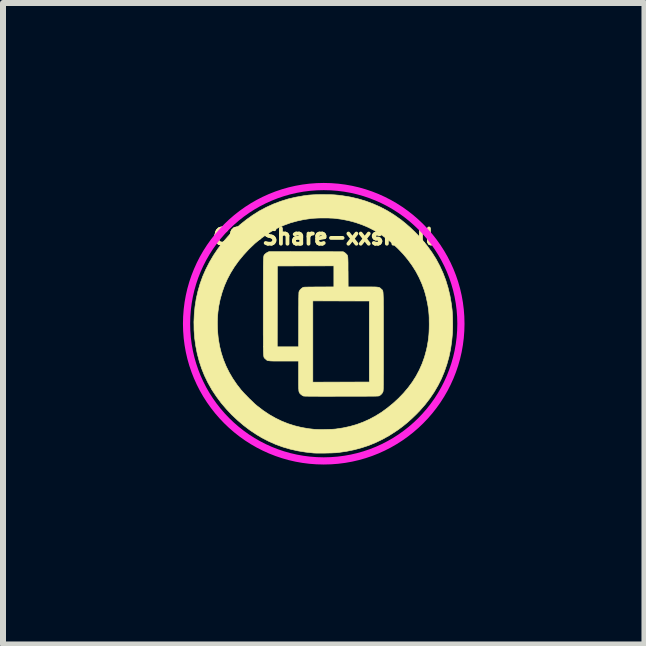
<source format=kicad_pcb>
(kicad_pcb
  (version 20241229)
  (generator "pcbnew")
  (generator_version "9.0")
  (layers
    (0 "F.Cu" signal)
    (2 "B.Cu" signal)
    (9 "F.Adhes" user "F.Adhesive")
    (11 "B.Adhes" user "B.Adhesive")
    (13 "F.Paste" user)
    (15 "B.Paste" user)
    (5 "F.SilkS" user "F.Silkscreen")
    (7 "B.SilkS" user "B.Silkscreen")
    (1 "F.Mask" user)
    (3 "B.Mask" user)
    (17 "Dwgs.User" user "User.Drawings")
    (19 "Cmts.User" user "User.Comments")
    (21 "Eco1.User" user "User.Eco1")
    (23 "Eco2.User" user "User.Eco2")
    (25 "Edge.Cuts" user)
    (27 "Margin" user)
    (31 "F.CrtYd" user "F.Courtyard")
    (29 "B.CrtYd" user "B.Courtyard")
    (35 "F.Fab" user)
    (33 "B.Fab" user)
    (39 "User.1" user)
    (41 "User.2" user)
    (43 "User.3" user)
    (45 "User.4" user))
  (footprint "CC-Share-xxsmall"
    (layer "F.Cu")
    (at 2.347 2.347)
    (property "Reference" "CC-Share-xxsmall" (at -0.006 -1.448 0) (layer "F.SilkS") (effects (font (size 0.254 0.254) (thickness 0.064))))
    (attr through_hole)
    (fp_poly (pts (xy 0.041 -2.152) (xy 0.084 -2.152) (xy 0.121 -2.151) (xy 0.155 -2.15) (xy 0.187 -2.148) (xy 0.218 -2.145) (xy 0.25 -2.142) (xy 0.286 -2.137) (xy 0.318 -2.133) (xy 0.45 -2.111) (xy 0.578 -2.081) (xy 0.704 -2.043) (xy 0.827 -1.997) (xy 0.946 -1.944) (xy 1.061 -1.883) (xy 1.173 -1.814) (xy 1.282 -1.737) (xy 1.289 -1.732) (xy 1.368 -1.668) (xy 1.448 -1.598) (xy 1.527 -1.522) (xy 1.602 -1.444) (xy 1.672 -1.363) (xy 1.73 -1.291) (xy 1.806 -1.185) (xy 1.875 -1.075) (xy 1.935 -0.962) (xy 1.988 -0.846) (xy 2.034 -0.726) (xy 2.072 -0.602) (xy 2.103 -0.474) (xy 2.126 -0.342) (xy 2.14 -0.233) (xy 2.143 -0.196) (xy 2.146 -0.152) (xy 2.148 -0.104) (xy 2.149 -0.054) (xy 2.15 -0.003) (xy 2.15 0.047) (xy 2.149 0.094) (xy 2.147 0.135) (xy 2.147 0.15) (xy 2.134 0.288) (xy 2.115 0.422) (xy 2.088 0.551) (xy 2.053 0.676) (xy 2.011 0.798) (xy 1.962 0.916) (xy 1.905 1.029) (xy 1.84 1.14) (xy 1.768 1.246) (xy 1.688 1.35) (xy 1.6 1.45) (xy 1.541 1.511) (xy 1.466 1.583) (xy 1.392 1.649) (xy 1.317 1.71) (xy 1.239 1.768) (xy 1.2 1.794) (xy 1.09 1.865) (xy 0.978 1.927) (xy 0.864 1.982) (xy 0.749 2.029) (xy 0.63 2.068) (xy 0.507 2.101) (xy 0.38 2.127) (xy 0.249 2.146) (xy 0.222 2.149) (xy 0.198 2.151) (xy 0.167 2.152) (xy 0.13 2.154) (xy 0.09 2.155) (xy 0.047 2.156) (xy 0.004 2.157) (xy -0.039 2.157) (xy -0.079 2.157) (xy -0.115 2.157) (xy -0.146 2.156) (xy -0.169 2.155) (xy -0.304 2.14) (xy -0.434 2.119) (xy -0.561 2.09) (xy -0.684 2.054) (xy -0.804 2.01) (xy -0.921 1.958) (xy -1.035 1.899) (xy -1.121 1.847) (xy -1.23 1.775) (xy -1.335 1.695) (xy -1.436 1.609) (xy -1.533 1.518) (xy -1.624 1.421) (xy -1.71 1.32) (xy -1.788 1.215) (xy -1.86 1.107) (xy -1.869 1.092) (xy -1.932 0.98) (xy -1.988 0.864) (xy -2.036 0.745) (xy -2.076 0.622) (xy -2.109 0.497) (xy -2.134 0.368) (xy -2.152 0.238) (xy -2.162 0.105) (xy -2.163 0.013) (xy -1.773 0.013) (xy -1.771 0.089) (xy -1.766 0.164) (xy -1.759 0.235) (xy -1.756 0.258) (xy -1.736 0.375) (xy -1.708 0.488) (xy -1.672 0.599) (xy -1.628 0.707) (xy -1.576 0.812) (xy -1.516 0.914) (xy -1.448 1.014) (xy -1.377 1.105) (xy -1.357 1.127) (xy -1.333 1.154) (xy -1.304 1.184) (xy -1.273 1.216) (xy -1.241 1.249) (xy -1.208 1.28) (xy -1.177 1.31) (xy -1.148 1.338) (xy -1.122 1.36) (xy -1.106 1.373) (xy -1.008 1.448) (xy -0.908 1.515) (xy -0.806 1.573) (xy -0.701 1.624) (xy -0.593 1.667) (xy -0.482 1.702) (xy -0.367 1.73) (xy -0.249 1.75) (xy -0.152 1.761) (xy -0.129 1.762) (xy -0.099 1.763) (xy -0.063 1.764) (xy -0.024 1.764) (xy 0.017 1.763) (xy 0.058 1.762) (xy 0.098 1.761) (xy 0.135 1.76) (xy 0.168 1.758) (xy 0.194 1.756) (xy 0.203 1.755) (xy 0.322 1.737) (xy 0.437 1.712) (xy 0.549 1.68) (xy 0.657 1.64) (xy 0.762 1.593) (xy 0.864 1.538) (xy 0.964 1.476) (xy 1.061 1.405) (xy 1.157 1.327) (xy 1.246 1.245) (xy 1.331 1.157) (xy 1.408 1.066) (xy 1.478 0.971) (xy 1.54 0.873) (xy 1.594 0.771) (xy 1.641 0.665) (xy 1.68 0.556) (xy 1.711 0.443) (xy 1.725 0.381) (xy 1.734 0.329) (xy 1.742 0.281) (xy 1.748 0.234) (xy 1.753 0.186) (xy 1.756 0.137) (xy 1.758 0.083) (xy 1.759 0.023) (xy 1.759 -0.002) (xy 1.758 -0.054) (xy 1.758 -0.099) (xy 1.756 -0.14) (xy 1.753 -0.177) (xy 1.75 -0.214) (xy 1.745 -0.251) (xy 1.739 -0.291) (xy 1.733 -0.326) (xy 1.709 -0.442) (xy 1.678 -0.554) (xy 1.638 -0.663) (xy 1.591 -0.769) (xy 1.537 -0.871) (xy 1.474 -0.971) (xy 1.404 -1.067) (xy 1.326 -1.161) (xy 1.239 -1.252) (xy 1.218 -1.272) (xy 1.127 -1.355) (xy 1.034 -1.43) (xy 0.939 -1.497) (xy 0.841 -1.556) (xy 0.74 -1.608) (xy 0.635 -1.652) (xy 0.527 -1.689) (xy 0.415 -1.719) (xy 0.298 -1.742) (xy 0.178 -1.758) (xy 0.15 -1.76) (xy 0.116 -1.761) (xy 0.077 -1.763) (xy 0.034 -1.763) (xy -0.011 -1.763) (xy -0.056 -1.763) (xy -0.099 -1.762) (xy -0.139 -1.76) (xy -0.174 -1.758) (xy -0.202 -1.756) (xy -0.205 -1.755) (xy -0.326 -1.738) (xy -0.442 -1.713) (xy -0.554 -1.682) (xy -0.661 -1.643) (xy -0.765 -1.597) (xy -0.865 -1.544) (xy -0.962 -1.483) (xy -1.057 -1.414) (xy -1.149 -1.338) (xy -1.238 -1.253) (xy -1.253 -1.238) (xy -1.34 -1.143) (xy -1.419 -1.047) (xy -1.49 -0.948) (xy -1.553 -0.846) (xy -1.608 -0.742) (xy -1.655 -0.635) (xy -1.694 -0.524) (xy -1.726 -0.411) (xy -1.75 -0.294) (xy -1.763 -0.199) (xy -1.769 -0.133) (xy -1.773 -0.062) (xy -1.773 0.013) (xy -2.163 0.013) (xy -2.164 -0.029) (xy -2.158 -0.165) (xy -2.146 -0.284) (xy -2.126 -0.414) (xy -2.097 -0.542) (xy -2.061 -0.667) (xy -2.017 -0.79) (xy -1.964 -0.91) (xy -1.904 -1.027) (xy -1.837 -1.141) (xy -1.762 -1.252) (xy -1.68 -1.359) (xy -1.59 -1.462) (xy -1.498 -1.556) (xy -1.397 -1.649) (xy -1.292 -1.733) (xy -1.184 -1.81) (xy -1.073 -1.88) (xy -0.958 -1.941) (xy -0.84 -1.995) (xy -0.718 -2.041) (xy -0.594 -2.08) (xy -0.466 -2.11) (xy -0.335 -2.133) (xy -0.332 -2.133) (xy -0.294 -2.138) (xy -0.26 -2.143) (xy -0.229 -2.146) (xy -0.197 -2.148) (xy -0.165 -2.15) (xy -0.131 -2.151) (xy -0.092 -2.152) (xy -0.048 -2.153) (xy -0.008 -2.153) (xy 0.041 -2.152)) (stroke (width 0.01) (type solid)) (fill yes) (layer "F.SilkS"))
    (fp_poly (pts (xy -0.294 -1.201) (xy 0.324 -1.2) (xy 0.341 -1.191) (xy 0.354 -1.182) (xy 0.368 -1.17) (xy 0.374 -1.164) (xy 0.38 -1.157) (xy 0.386 -1.152) (xy 0.39 -1.146) (xy 0.394 -1.139) (xy 0.397 -1.131) (xy 0.399 -1.122) (xy 0.401 -1.109) (xy 0.402 -1.093) (xy 0.403 -1.073) (xy 0.404 -1.049) (xy 0.405 -1.019) (xy 0.405 -0.983) (xy 0.405 -0.94) (xy 0.405 -0.889) (xy 0.406 -0.865) (xy 0.407 -0.614) (xy 0.651 -0.614) (xy 0.706 -0.614) (xy 0.753 -0.614) (xy 0.792 -0.614) (xy 0.826 -0.613) (xy 0.853 -0.613) (xy 0.876 -0.612) (xy 0.894 -0.61) (xy 0.908 -0.608) (xy 0.92 -0.606) (xy 0.929 -0.602) (xy 0.937 -0.598) (xy 0.943 -0.593) (xy 0.95 -0.588) (xy 0.956 -0.581) (xy 0.959 -0.578) (xy 0.963 -0.574) (xy 0.967 -0.571) (xy 0.971 -0.568) (xy 0.974 -0.565) (xy 0.977 -0.562) (xy 0.98 -0.558) (xy 0.982 -0.552) (xy 0.984 -0.546) (xy 0.986 -0.537) (xy 0.988 -0.527) (xy 0.989 -0.514) (xy 0.99 -0.498) (xy 0.991 -0.479) (xy 0.992 -0.456) (xy 0.993 -0.429) (xy 0.994 -0.398) (xy 0.994 -0.362) (xy 0.994 -0.322) (xy 0.995 -0.276) (xy 0.995 -0.224) (xy 0.995 -0.166) (xy 0.995 -0.102) (xy 0.995 -0.031) (xy 0.995 0.048) (xy 0.995 0.133) (xy 0.995 0.227) (xy 0.995 0.299) (xy 0.995 0.397) (xy 0.995 0.486) (xy 0.995 0.568) (xy 0.995 0.642) (xy 0.995 0.709) (xy 0.995 0.77) (xy 0.995 0.824) (xy 0.994 0.873) (xy 0.994 0.916) (xy 0.994 0.953) (xy 0.994 0.986) (xy 0.994 1.014) (xy 0.993 1.038) (xy 0.993 1.059) (xy 0.993 1.076) (xy 0.992 1.09) (xy 0.992 1.101) (xy 0.991 1.11) (xy 0.99 1.117) (xy 0.99 1.123) (xy 0.989 1.127) (xy 0.988 1.131) (xy 0.987 1.134) (xy 0.986 1.136) (xy 0.975 1.157) (xy 0.957 1.178) (xy 0.936 1.195) (xy 0.927 1.201) (xy 0.925 1.202) (xy 0.922 1.203) (xy 0.918 1.204) (xy 0.913 1.204) (xy 0.906 1.205) (xy 0.897 1.206) (xy 0.885 1.206) (xy 0.87 1.207) (xy 0.851 1.207) (xy 0.829 1.208) (xy 0.802 1.208) (xy 0.771 1.208) (xy 0.734 1.208) (xy 0.692 1.209) (xy 0.644 1.209) (xy 0.59 1.209) (xy 0.529 1.209) (xy 0.46 1.209) (xy 0.384 1.209) (xy 0.3 1.209) (xy 0.294 1.209) (xy 0.209 1.209) (xy 0.132 1.21) (xy 0.062 1.21) (xy 0.000146 1.21) (xy -0.055 1.21) (xy -0.104 1.209) (xy -0.147 1.209) (xy -0.185 1.209) (xy -0.217 1.209) (xy -0.244 1.209) (xy -0.267 1.208) (xy -0.286 1.208) (xy -0.302 1.208) (xy -0.314 1.207) (xy -0.324 1.206) (xy -0.332 1.206) (xy -0.337 1.205) (xy -0.341 1.204) (xy -0.343 1.203) (xy -0.358 1.195) (xy -0.375 1.182) (xy -0.384 1.175) (xy -0.391 1.168) (xy -0.397 1.161) (xy -0.402 1.155) (xy -0.406 1.147) (xy -0.41 1.139) (xy -0.413 1.128) (xy -0.415 1.114) (xy -0.416 1.097) (xy -0.418 1.076) (xy -0.418 1.049) (xy -0.419 1.018) (xy -0.419 0.98) (xy -0.419 0.974) (xy -0.182 0.974) (xy 0.289 0.973) (xy 0.76 0.972) (xy 0.76 -0.379) (xy 0.289 -0.38) (xy -0.182 -0.381) (xy -0.182 0.974) (xy -0.419 0.974) (xy -0.419 0.935) (xy -0.419 0.883) (xy -0.419 0.865) (xy -0.419 0.622) (xy -0.717 0.622) (xy -0.764 0.622) (xy -0.804 0.622) (xy -0.837 0.622) (xy -0.865 0.621) (xy -0.888 0.62) (xy -0.906 0.618) (xy -0.921 0.616) (xy -0.932 0.614) (xy -0.942 0.611) (xy -0.949 0.607) (xy -0.956 0.602) (xy -0.962 0.596) (xy -0.969 0.589) (xy -0.971 0.587) (xy -0.976 0.583) (xy -0.98 0.58) (xy -0.983 0.577) (xy -0.986 0.574) (xy -0.989 0.57) (xy -0.992 0.566) (xy -0.995 0.561) (xy -0.997 0.555) (xy -0.999 0.546) (xy -1 0.536) (xy -1.002 0.523) (xy -1.003 0.507) (xy -1.004 0.487) (xy -1.005 0.465) (xy -1.006 0.438) (xy -1.006 0.407) (xy -1.007 0.385) (xy -0.775 0.385) (xy -0.419 0.385) (xy -0.418 -0.069) (xy -0.418 -0.141) (xy -0.418 -0.204) (xy -0.418 -0.261) (xy -0.417 -0.31) (xy -0.417 -0.353) (xy -0.417 -0.39) (xy -0.417 -0.421) (xy -0.416 -0.447) (xy -0.416 -0.469) (xy -0.415 -0.487) (xy -0.415 -0.501) (xy -0.414 -0.512) (xy -0.414 -0.521) (xy -0.413 -0.527) (xy -0.412 -0.532) (xy -0.411 -0.536) (xy -0.409 -0.539) (xy -0.408 -0.542) (xy -0.395 -0.563) (xy -0.376 -0.583) (xy -0.354 -0.6) (xy -0.349 -0.603) (xy -0.346 -0.604) (xy -0.342 -0.606) (xy -0.337 -0.607) (xy -0.331 -0.609) (xy -0.322 -0.61) (xy -0.311 -0.61) (xy -0.296 -0.611) (xy -0.276 -0.611) (xy -0.252 -0.612) (xy -0.222 -0.612) (xy -0.186 -0.612) (xy -0.143 -0.613) (xy -0.092 -0.613) (xy -0.081 -0.613) (xy 0.169 -0.614) (xy 0.169 -0.965) (xy -0.302 -0.964) (xy -0.773 -0.963) (xy -0.774 -0.289) (xy -0.775 0.385) (xy -1.007 0.385) (xy -1.007 0.372) (xy -1.007 0.331) (xy -1.007 0.285) (xy -1.007 0.233) (xy -1.008 0.175) (xy -1.008 0.111) (xy -1.008 0.04) (xy -1.008 -0.038) (xy -1.008 -0.123) (xy -1.008 -0.217) (xy -1.008 -0.29) (xy -1.008 -0.389) (xy -1.008 -0.48) (xy -1.008 -0.563) (xy -1.008 -0.639) (xy -1.008 -0.708) (xy -1.007 -0.77) (xy -1.007 -0.825) (xy -1.007 -0.875) (xy -1.007 -0.919) (xy -1.007 -0.958) (xy -1.006 -0.992) (xy -1.006 -1.022) (xy -1.005 -1.047) (xy -1.004 -1.069) (xy -1.003 -1.087) (xy -1.002 -1.102) (xy -1.001 -1.114) (xy -0.999 -1.124) (xy -0.998 -1.131) (xy -0.996 -1.137) (xy -0.994 -1.142) (xy -0.992 -1.146) (xy -0.989 -1.149) (xy -0.987 -1.152) (xy -0.984 -1.155) (xy -0.98 -1.158) (xy -0.98 -1.159) (xy -0.967 -1.171) (xy -0.95 -1.183) (xy -0.939 -1.189) (xy -0.912 -1.202) (xy -0.294 -1.201)) (stroke (width 0.01) (type solid)) (fill yes) (layer "F.SilkS"))
    (fp_circle (center 0 0) (end 2.287 0) (stroke (width 0.12) (type solid)) (fill no) (layer "F.CrtYd")))
  (gr_rect
    (start -3 -3)
    (end 7.694 7.694)
    (stroke (width 0.1) (type default))
    (fill no)
    (layer "Edge.Cuts")))
</source>
